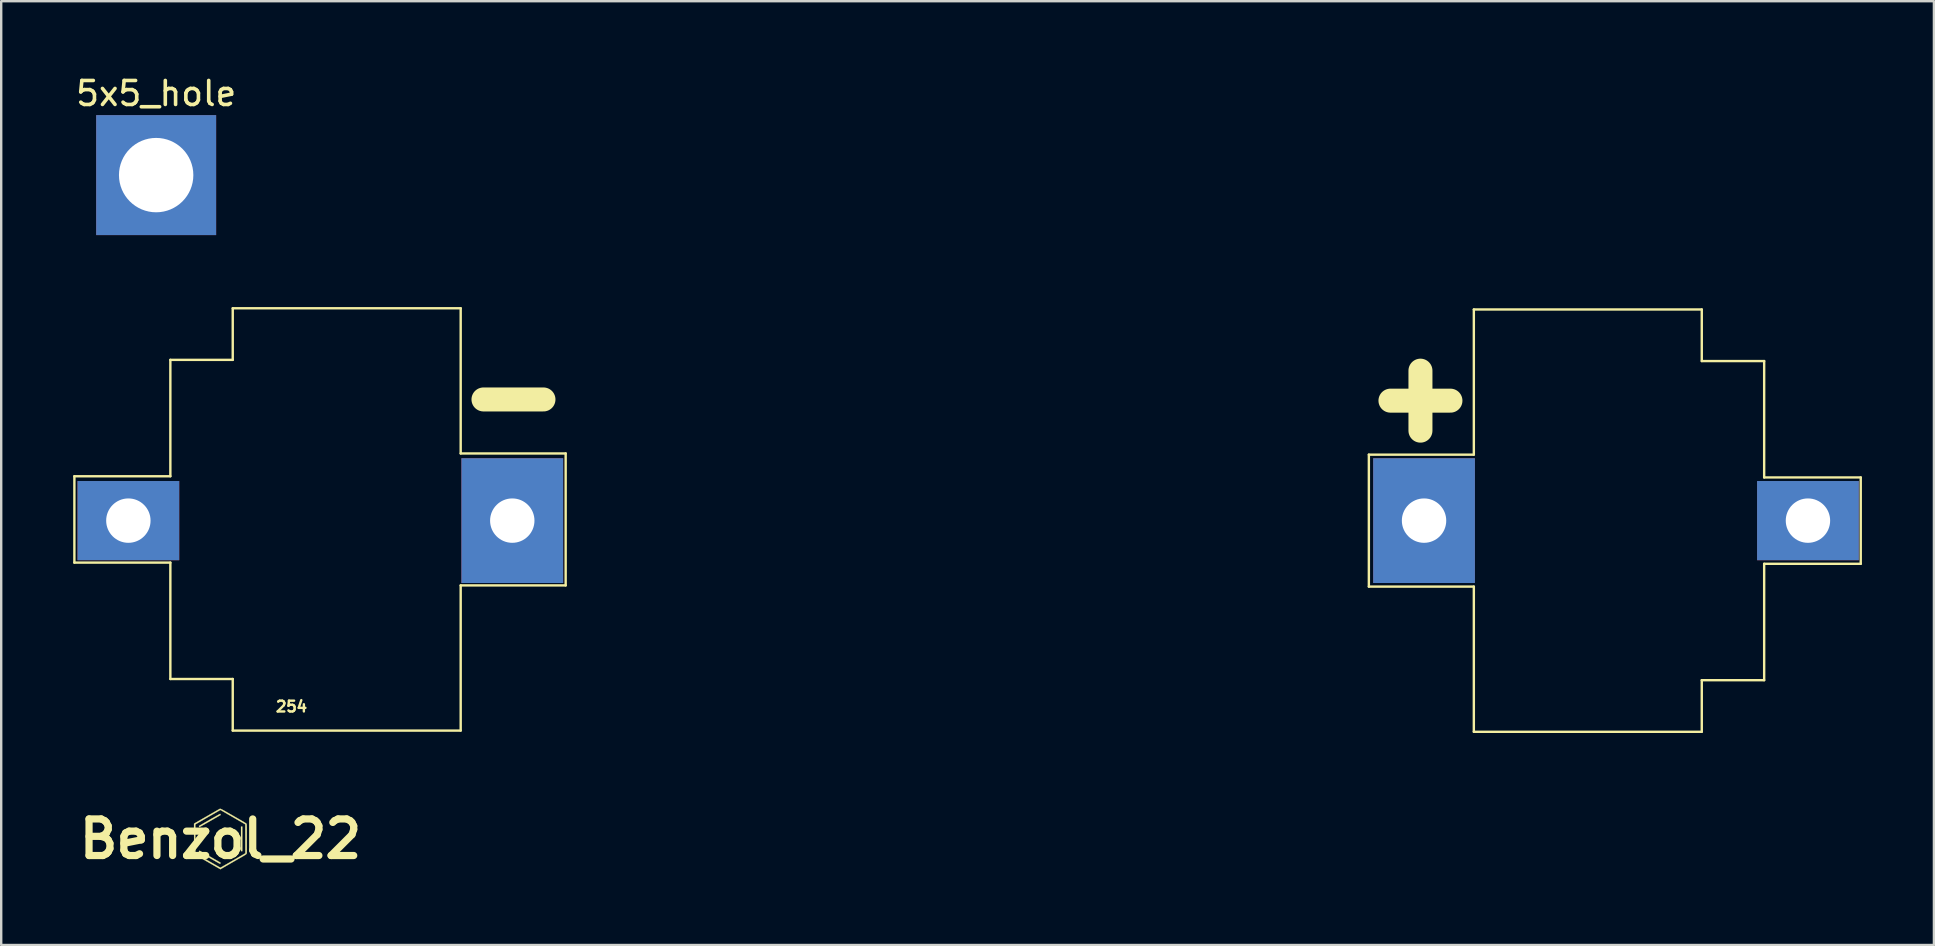
<source format=kicad_pcb>
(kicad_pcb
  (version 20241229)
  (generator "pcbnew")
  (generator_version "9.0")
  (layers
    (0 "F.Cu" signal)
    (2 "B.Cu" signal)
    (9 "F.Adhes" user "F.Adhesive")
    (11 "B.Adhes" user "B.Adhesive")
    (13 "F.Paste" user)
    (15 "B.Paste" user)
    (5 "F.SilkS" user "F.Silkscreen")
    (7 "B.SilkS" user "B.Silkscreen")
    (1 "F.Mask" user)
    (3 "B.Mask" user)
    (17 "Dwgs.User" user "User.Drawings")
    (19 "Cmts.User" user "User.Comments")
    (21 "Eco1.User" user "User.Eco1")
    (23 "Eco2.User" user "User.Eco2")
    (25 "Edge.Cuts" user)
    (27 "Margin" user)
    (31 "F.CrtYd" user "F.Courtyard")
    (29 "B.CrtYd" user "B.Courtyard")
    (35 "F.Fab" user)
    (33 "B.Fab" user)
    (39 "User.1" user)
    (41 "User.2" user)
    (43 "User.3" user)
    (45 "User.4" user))
  (footprint "5x5_hole"
    (layer "F.Cu")
    (at 3.458 4.248)
    (property "Reference" "5x5_hole" (at 0 -3.4 0) (layer "F.SilkS") (effects (font (size 1 1) (thickness 0.15))))
    (attr through_hole)
    (pad "1" thru_hole rect (at 0 0) (size 5 5) (drill 3.1) (layers "*.Cu" "*.Mask")))
  (footprint "Benzol_22"
    (layer "F.Cu")
    (at 6.14 31.916)
    (property "Reference" "Benzol_22" (at 0 0 0) (layer "F.SilkS") (effects (font (size 1.524 1.524) (thickness 0.3))))
    (attr through_hole)
    (fp_poly (pts (xy 0.909 0.508) (xy 0.856 0.508) (xy 0.856 -0.515) (xy 0.909 -0.515) (xy 0.909 0.508)) (stroke (width 0.01) (type solid)) (fill yes) (layer "F.SilkS"))
    (fp_poly (pts (xy -0.008 -1.039) (xy -0.001 -1.025) (xy 0.004 -1.011) (xy 0.006 -1.002) (xy 0.006 -1) (xy -0.001 -0.996) (xy -0.018 -0.986) (xy -0.044 -0.971) (xy -0.079 -0.951) (xy -0.121 -0.927) (xy -0.169 -0.899) (xy -0.222 -0.869) (xy -0.279 -0.836) (xy -0.338 -0.802) (xy -0.4 -0.767) (xy -0.462 -0.731) (xy -0.523 -0.696) (xy -0.583 -0.662) (xy -0.64 -0.629) (xy -0.694 -0.598) (xy -0.743 -0.571) (xy -0.786 -0.546) (xy -0.822 -0.526) (xy -0.849 -0.51) (xy -0.868 -0.499) (xy -0.876 -0.495) (xy -0.877 -0.495) (xy -0.881 -0.5) (xy -0.889 -0.513) (xy -0.891 -0.518) (xy -0.897 -0.533) (xy -0.898 -0.543) (xy -0.897 -0.544) (xy -0.829 -0.583) (xy -0.758 -0.624) (xy -0.686 -0.666) (xy -0.612 -0.709) (xy -0.54 -0.75) (xy -0.468 -0.792) (xy -0.398 -0.832) (xy -0.331 -0.87) (xy -0.268 -0.905) (xy -0.21 -0.938) (xy -0.158 -0.968) (xy -0.112 -0.994) (xy -0.074 -1.015) (xy -0.045 -1.031) (xy -0.025 -1.042) (xy -0.015 -1.046) (xy -0.014 -1.047) (xy -0.008 -1.039)) (stroke (width 0.01) (type solid)) (fill yes) (layer "F.SilkS"))
    (fp_poly (pts (xy -0.868 0.49) (xy -0.861 0.494) (xy -0.843 0.503) (xy -0.816 0.519) (xy -0.781 0.539) (xy -0.738 0.563) (xy -0.69 0.59) (xy -0.636 0.621) (xy -0.579 0.653) (xy -0.519 0.687) (xy -0.458 0.722) (xy -0.396 0.758) (xy -0.335 0.793) (xy -0.276 0.827) (xy -0.219 0.86) (xy -0.167 0.89) (xy -0.119 0.918) (xy -0.078 0.941) (xy -0.044 0.961) (xy -0.019 0.976) (xy -0.003 0.986) (xy 0.002 0.989) (xy 0.003 0.998) (xy -0.002 1.012) (xy -0.01 1.026) (xy -0.019 1.035) (xy -0.022 1.035) (xy -0.029 1.032) (xy -0.046 1.022) (xy -0.074 1.007) (xy -0.11 0.987) (xy -0.154 0.962) (xy -0.205 0.933) (xy -0.262 0.9) (xy -0.324 0.864) (xy -0.39 0.826) (xy -0.46 0.785) (xy -0.461 0.785) (xy -0.531 0.744) (xy -0.597 0.706) (xy -0.659 0.67) (xy -0.716 0.637) (xy -0.767 0.608) (xy -0.811 0.583) (xy -0.847 0.562) (xy -0.874 0.546) (xy -0.892 0.537) (xy -0.898 0.533) (xy -0.898 0.533) (xy -0.901 0.527) (xy -0.896 0.515) (xy -0.887 0.503) (xy -0.877 0.493) (xy -0.868 0.49) (xy -0.868 0.49)) (stroke (width 0.01) (type solid)) (fill yes) (layer "F.SilkS"))
    (fp_poly (pts (xy -0.005 -1.257) (xy 0.007 -1.253) (xy 0.023 -1.247) (xy 0.043 -1.239) (xy 0.067 -1.227) (xy 0.097 -1.211) (xy 0.133 -1.191) (xy 0.176 -1.168) (xy 0.226 -1.139) (xy 0.286 -1.105) (xy 0.354 -1.066) (xy 0.432 -1.021) (xy 0.521 -0.97) (xy 0.546 -0.956) (xy 0.637 -0.903) (xy 0.718 -0.857) (xy 0.788 -0.816) (xy 0.849 -0.781) (xy 0.901 -0.75) (xy 0.945 -0.725) (xy 0.981 -0.703) (xy 1.011 -0.685) (xy 1.034 -0.67) (xy 1.053 -0.658) (xy 1.066 -0.649) (xy 1.075 -0.641) (xy 1.082 -0.636) (xy 1.085 -0.631) (xy 1.086 -0.63) (xy 1.087 -0.625) (xy 1.089 -0.618) (xy 1.09 -0.608) (xy 1.092 -0.594) (xy 1.093 -0.575) (xy 1.094 -0.551) (xy 1.094 -0.52) (xy 1.095 -0.482) (xy 1.095 -0.436) (xy 1.096 -0.382) (xy 1.096 -0.317) (xy 1.096 -0.242) (xy 1.096 -0.156) (xy 1.096 -0.058) (xy 1.096 -0.005) (xy 1.096 0.598) (xy 1.08 0.623) (xy 1.072 0.632) (xy 1.06 0.642) (xy 1.041 0.656) (xy 1.015 0.672) (xy 0.981 0.693) (xy 0.938 0.719) (xy 0.898 0.742) (xy 0.796 0.801) (xy 0.698 0.857) (xy 0.604 0.911) (xy 0.514 0.963) (xy 0.43 1.011) (xy 0.352 1.057) (xy 0.28 1.098) (xy 0.216 1.135) (xy 0.159 1.168) (xy 0.111 1.196) (xy 0.072 1.218) (xy 0.043 1.235) (xy 0.024 1.246) (xy 0.017 1.25) (xy -0.004 1.262) (xy -0.552 0.946) (xy -1.1 0.63) (xy -1.101 -0.005) (xy -1.103 -0.607) (xy -1.049 -0.607) (xy -1.048 -0.005) (xy -1.046 0.597) (xy -0.528 0.897) (xy -0.452 0.941) (xy -0.378 0.983) (xy -0.309 1.023) (xy -0.245 1.06) (xy -0.187 1.093) (xy -0.135 1.123) (xy -0.091 1.148) (xy -0.055 1.169) (xy -0.028 1.184) (xy -0.011 1.193) (xy -0.005 1.196) (xy 0.002 1.193) (xy 0.019 1.184) (xy 0.046 1.168) (xy 0.082 1.148) (xy 0.126 1.123) (xy 0.178 1.093) (xy 0.237 1.059) (xy 0.301 1.023) (xy 0.37 0.983) (xy 0.443 0.941) (xy 0.518 0.897) (xy 1.036 0.598) (xy 1.033 -0.611) (xy 0.625 -0.847) (xy 0.554 -0.888) (xy 0.483 -0.929) (xy 0.415 -0.969) (xy 0.349 -1.006) (xy 0.288 -1.041) (xy 0.233 -1.073) (xy 0.185 -1.101) (xy 0.146 -1.124) (xy 0.116 -1.141) (xy 0.106 -1.146) (xy -0.005 -1.21) (xy -1.049 -0.607) (xy -1.103 -0.607) (xy -1.103 -0.64) (xy -0.58 -0.941) (xy -0.503 -0.985) (xy -0.429 -1.028) (xy -0.359 -1.068) (xy -0.294 -1.105) (xy -0.234 -1.14) (xy -0.181 -1.17) (xy -0.135 -1.196) (xy -0.098 -1.218) (xy -0.069 -1.234) (xy -0.051 -1.244) (xy -0.043 -1.249) (xy -0.043 -1.249) (xy -0.036 -1.252) (xy -0.029 -1.255) (xy -0.022 -1.257) (xy -0.015 -1.258) (xy -0.005 -1.257)) (stroke (width 0.01) (type solid)) (fill yes) (layer "F.SilkS")))
  (footprint "254"
    (layer "F.Cu")
    (at 37.3 18.648)
    (property "Reference" "254" (at -28.2 7.75 0) (layer "F.SilkS") (effects (font (size 0.45 0.45) (thickness 0.1))))
    (attr through_hole)
    (fp_line (start -37.25 -1.85) (end -33.25 -1.85) (stroke (width 0.1) (type solid)) (layer "F.SilkS"))
    (fp_line (start -37.25 1.75) (end -37.25 -1.85) (stroke (width 0.1) (type solid)) (layer "F.SilkS"))
    (fp_line (start -37.25 1.75) (end -33.25 1.75) (stroke (width 0.1) (type solid)) (layer "F.SilkS"))
    (fp_line (start -33.25 -6.7) (end -30.65 -6.7) (stroke (width 0.1) (type solid)) (layer "F.SilkS"))
    (fp_line (start -33.25 -1.85) (end -33.25 -6.7) (stroke (width 0.1) (type solid)) (layer "F.SilkS"))
    (fp_line (start -33.25 6.6) (end -33.25 1.75) (stroke (width 0.1) (type solid)) (layer "F.SilkS"))
    (fp_line (start -33.25 6.6) (end -30.65 6.6) (stroke (width 0.1) (type solid)) (layer "F.SilkS"))
    (fp_line (start -30.65 -8.85) (end -21.15 -8.85) (stroke (width 0.1) (type solid)) (layer "F.SilkS"))
    (fp_line (start -30.65 -6.7) (end -30.65 -8.85) (stroke (width 0.1) (type solid)) (layer "F.SilkS"))
    (fp_line (start -30.65 6.6) (end -30.65 8.75) (stroke (width 0.1) (type solid)) (layer "F.SilkS"))
    (fp_line (start -30.65 8.75) (end -21.15 8.75) (stroke (width 0.1) (type solid)) (layer "F.SilkS"))
    (fp_line (start -21.15 -2.8) (end -21.15 -8.85) (stroke (width 0.1) (type solid)) (layer "F.SilkS"))
    (fp_line (start -21.15 -2.8) (end -16.775 -2.8) (stroke (width 0.1) (type solid)) (layer "F.SilkS"))
    (fp_line (start -21.15 2.7) (end -16.775 2.7) (stroke (width 0.1) (type solid)) (layer "F.SilkS"))
    (fp_line (start -21.15 8.75) (end -21.15 2.7) (stroke (width 0.1) (type solid)) (layer "F.SilkS"))
    (fp_line (start -20.2 -5.05) (end -17.7 -5.05) (stroke (width 1) (type solid)) (layer "F.SilkS"))
    (fp_line (start -16.775 2.7) (end -16.775 -2.8) (stroke (width 0.1) (type solid)) (layer "F.SilkS"))
    (fp_line (start 16.7 -2.75) (end 21.075 -2.75) (stroke (width 0.1) (type solid)) (layer "F.SilkS"))
    (fp_line (start 16.7 2.75) (end 16.7 -2.75) (stroke (width 0.1) (type solid)) (layer "F.SilkS"))
    (fp_line (start 16.7 2.75) (end 21.075 2.75) (stroke (width 0.1) (type solid)) (layer "F.SilkS"))
    (fp_line (start 17.6 -5) (end 20.1 -5) (stroke (width 1) (type solid)) (layer "F.SilkS"))
    (fp_line (start 18.85 -3.75) (end 18.85 -6.25) (stroke (width 1) (type solid)) (layer "F.SilkS"))
    (fp_line (start 21.075 -8.8) (end 30.575 -8.8) (stroke (width 0.1) (type solid)) (layer "F.SilkS"))
    (fp_line (start 21.075 -2.75) (end 21.075 -8.8) (stroke (width 0.1) (type solid)) (layer "F.SilkS"))
    (fp_line (start 21.075 8.8) (end 21.075 2.75) (stroke (width 0.1) (type solid)) (layer "F.SilkS"))
    (fp_line (start 21.075 8.8) (end 30.575 8.8) (stroke (width 0.1) (type solid)) (layer "F.SilkS"))
    (fp_line (start 30.575 -8.8) (end 30.575 -6.65) (stroke (width 0.1) (type solid)) (layer "F.SilkS"))
    (fp_line (start 30.575 -6.65) (end 33.175 -6.65) (stroke (width 0.1) (type solid)) (layer "F.SilkS"))
    (fp_line (start 30.575 6.65) (end 33.175 6.65) (stroke (width 0.1) (type solid)) (layer "F.SilkS"))
    (fp_line (start 30.575 8.8) (end 30.575 6.65) (stroke (width 0.1) (type solid)) (layer "F.SilkS"))
    (fp_line (start 33.175 -6.65) (end 33.175 -1.8) (stroke (width 0.1) (type solid)) (layer "F.SilkS"))
    (fp_line (start 33.175 -1.8) (end 37.2 -1.8) (stroke (width 0.1) (type solid)) (layer "F.SilkS"))
    (fp_line (start 33.175 1.8) (end 37.2 1.8) (stroke (width 0.1) (type solid)) (layer "F.SilkS"))
    (fp_line (start 33.175 6.65) (end 33.175 1.8) (stroke (width 0.1) (type solid)) (layer "F.SilkS"))
    (fp_line (start 37.2 -1.8) (end 37.2 1.8) (stroke (width 0.1) (type solid)) (layer "F.SilkS"))
    (fp_poly (pts (xy -37 -1.5) (xy -35.75 -1.5) (xy -35.75 -1) (xy -36.25 0) (xy -37 0)) (stroke (width 0.15) (type solid)) (fill yes) (layer "F.Paste"))
    (fp_poly (pts (xy -37 1.5) (xy -35.75 1.5) (xy -35.75 1) (xy -36.25 0) (xy -37 0)) (stroke (width 0.15) (type solid)) (fill yes) (layer "F.Paste"))
    (fp_poly (pts (xy -33 -1.5) (xy -34.25 -1.5) (xy -34.25 -1) (xy -33.75 0) (xy -33 0)) (stroke (width 0.15) (type solid)) (fill yes) (layer "F.Paste"))
    (fp_poly (pts (xy -33 1.5) (xy -34.25 1.5) (xy -34.25 1) (xy -33.75 0) (xy -33 0)) (stroke (width 0.15) (type solid)) (fill yes) (layer "F.Paste"))
    (fp_poly (pts (xy -21 -2.5) (xy -21 -0.75) (xy -20 -0.75) (xy -19.5 -1.25) (xy -19.5 -2.5)) (stroke (width 0.15) (type solid)) (fill yes) (layer "F.Paste"))
    (fp_poly (pts (xy -21 2.5) (xy -21 0.75) (xy -20 0.75) (xy -19.5 1.25) (xy -19.5 2.5)) (stroke (width 0.15) (type solid)) (fill yes) (layer "F.Paste"))
    (fp_poly (pts (xy -17 2.5) (xy -17 0.75) (xy -18 0.75) (xy -18.5 1.25) (xy -18.5 2.5)) (stroke (width 0.15) (type solid)) (fill yes) (layer "F.Paste"))
    (fp_poly (pts (xy 17 -2.5) (xy 17 -0.75) (xy 18 -0.75) (xy 18.5 -1.25) (xy 18.5 -2.5)) (stroke (width 0.15) (type solid)) (fill yes) (layer "F.Paste"))
    (fp_poly (pts (xy 17 2.5) (xy 17 0.75) (xy 18 0.75) (xy 18.5 1.25) (xy 18.5 2.5)) (stroke (width 0.15) (type solid)) (fill yes) (layer "F.Paste"))
    (fp_poly (pts (xy 21 2.5) (xy 21 0.75) (xy 20 0.75) (xy 19.5 1.25) (xy 19.5 2.5)) (stroke (width 0.15) (type solid)) (fill yes) (layer "F.Paste"))
    (fp_poly (pts (xy 33 -1.5) (xy 34.25 -1.5) (xy 34.25 -1) (xy 33.75 0) (xy 33 0)) (stroke (width 0.15) (type solid)) (fill yes) (layer "F.Paste"))
    (fp_poly (pts (xy 33 1.5) (xy 34.25 1.5) (xy 34.25 1) (xy 33.75 0) (xy 33 0)) (stroke (width 0.15) (type solid)) (fill yes) (layer "F.Paste"))
    (fp_poly (pts (xy 37 -1.5) (xy 35.75 -1.5) (xy 35.75 -1) (xy 36.25 0) (xy 37 0)) (stroke (width 0.15) (type solid)) (fill yes) (layer "F.Paste"))
    (fp_poly (pts (xy 37 1.5) (xy 35.75 1.5) (xy 35.75 1) (xy 36.25 0) (xy 37 0)) (stroke (width 0.15) (type solid)) (fill yes) (layer "F.Paste"))
    (fp_poly (pts (xy -17 -2.5) (xy -17 -1) (xy -17 -0.75) (xy -18 -0.75) (xy -18.5 -1.25) (xy -18.5 -2.5)) (stroke (width 0.15) (type solid)) (fill yes) (layer "F.Paste"))
    (fp_poly (pts (xy 21 -2.5) (xy 21 -1) (xy 21 -0.75) (xy 20 -0.75) (xy 19.5 -1.25) (xy 19.5 -2.5)) (stroke (width 0.15) (type solid)) (fill yes) (layer "F.Paste"))
    (pad "+" thru_hole rect (at 19 0) (size 4.24 5.2) (drill 1.85) (layers "F.Cu" "F.Mask"))
    (pad "+" thru_hole rect (at 35 0) (size 4.24 3.3) (drill 1.85) (layers "F.Cu" "F.Mask"))
    (pad "-" thru_hole rect (at -35 0) (size 4.24 3.3) (drill 1.85) (layers "F.Cu" "F.Mask"))
    (pad "-" thru_hole rect (at -19 0) (size 4.24 5.2) (drill 1.85) (layers "F.Cu" "F.Mask")))
  (gr_rect
    (start -3 -3)
    (end 77.55 36.334)
    (stroke (width 0.1) (type default))
    (fill no)
    (layer "Edge.Cuts")))
</source>
